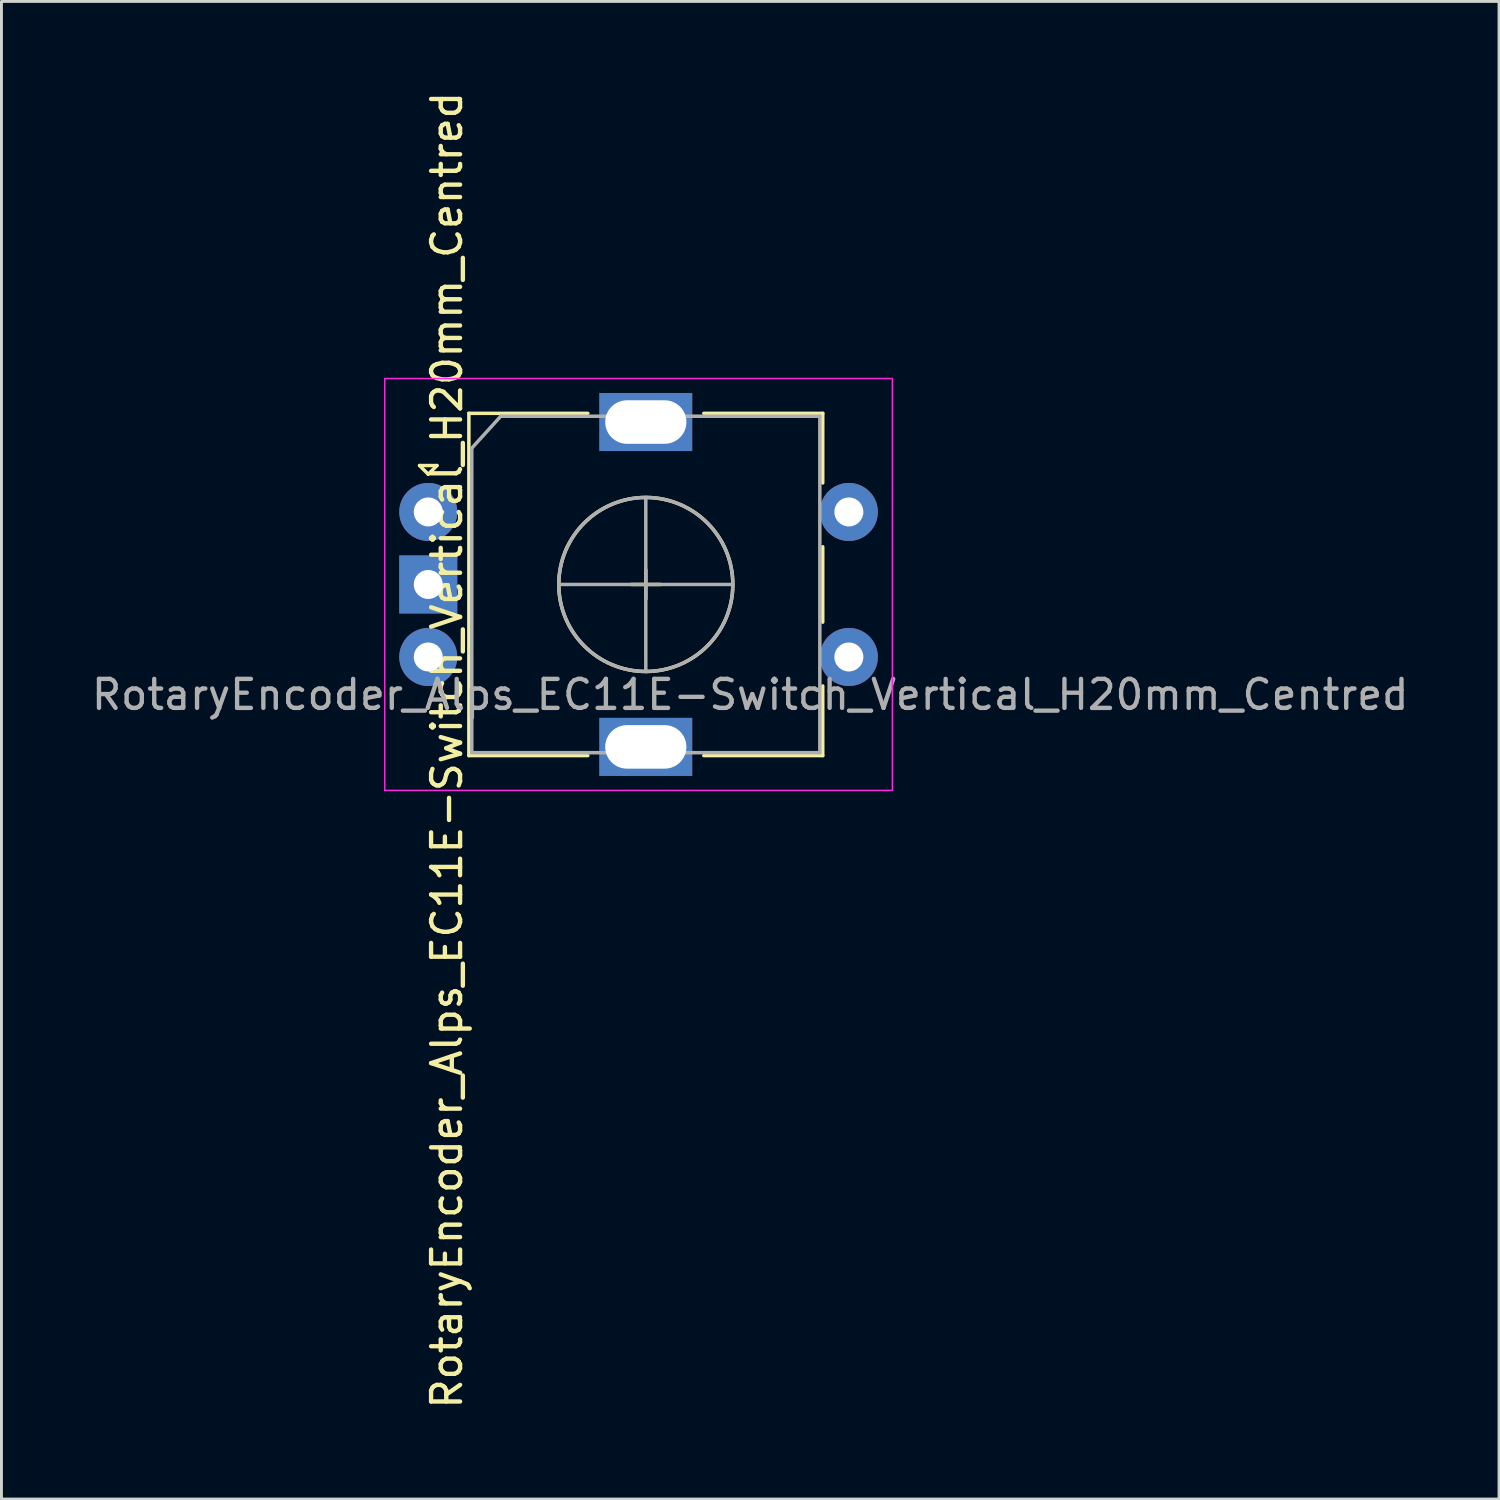
<source format=kicad_pcb>
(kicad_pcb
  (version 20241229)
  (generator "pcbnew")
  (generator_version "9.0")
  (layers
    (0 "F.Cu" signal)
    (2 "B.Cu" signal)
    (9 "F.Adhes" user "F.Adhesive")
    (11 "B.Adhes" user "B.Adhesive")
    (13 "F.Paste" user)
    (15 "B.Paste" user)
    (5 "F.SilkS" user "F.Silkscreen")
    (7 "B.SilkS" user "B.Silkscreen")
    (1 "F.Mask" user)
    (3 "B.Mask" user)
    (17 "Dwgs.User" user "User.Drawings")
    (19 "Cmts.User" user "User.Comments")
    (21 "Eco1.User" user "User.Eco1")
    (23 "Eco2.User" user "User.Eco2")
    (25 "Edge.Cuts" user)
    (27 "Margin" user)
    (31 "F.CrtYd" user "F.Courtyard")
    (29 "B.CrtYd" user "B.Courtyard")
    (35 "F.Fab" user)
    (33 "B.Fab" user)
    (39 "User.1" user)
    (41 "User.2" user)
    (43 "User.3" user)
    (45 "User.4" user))
  (footprint "RotaryEncoder_Alps_EC11E-Switch_Vertical_H20mm_Centred"
    (layer "F.Cu")
    (at 19.215 17.1)
    (property "Reference" "RotaryEncoder_Alps_EC11E-Switch_Vertical_H20mm_Centred" (at -6.858 5.715 90) (layer "F.SilkS") (effects (font (size 1 1) (thickness 0.15))))
    (attr through_hole)
    (fp_line (start -7.8 -4.1) (end -7.2 -4.1) (stroke (width 0.12) (type solid)) (layer "F.SilkS"))
    (fp_line (start -7.5 -3.8) (end -7.8 -4.1) (stroke (width 0.12) (type solid)) (layer "F.SilkS"))
    (fp_line (start -7.2 -4.1) (end -7.5 -3.8) (stroke (width 0.12) (type solid)) (layer "F.SilkS"))
    (fp_line (start -6.1 -5.9) (end -6.1 5.9) (stroke (width 0.12) (type solid)) (layer "F.SilkS"))
    (fp_line (start -2 -5.9) (end -6.1 -5.9) (stroke (width 0.12) (type solid)) (layer "F.SilkS"))
    (fp_line (start -2 5.9) (end -6.1 5.9) (stroke (width 0.12) (type solid)) (layer "F.SilkS"))
    (fp_line (start -0.5 0) (end 0.5 0) (stroke (width 0.12) (type solid)) (layer "F.SilkS"))
    (fp_line (start 0 -0.5) (end 0 0.5) (stroke (width 0.12) (type solid)) (layer "F.SilkS"))
    (fp_line (start 2 -5.9) (end 6.1 -5.9) (stroke (width 0.12) (type solid)) (layer "F.SilkS"))
    (fp_line (start 6.1 -5.9) (end 6.1 -3.5) (stroke (width 0.12) (type solid)) (layer "F.SilkS"))
    (fp_line (start 6.1 -1.3) (end 6.1 1.3) (stroke (width 0.12) (type solid)) (layer "F.SilkS"))
    (fp_line (start 6.1 3.5) (end 6.1 5.9) (stroke (width 0.12) (type solid)) (layer "F.SilkS"))
    (fp_line (start 6.1 5.9) (end 2 5.9) (stroke (width 0.12) (type solid)) (layer "F.SilkS"))
    (fp_circle (center 0 0) (end 3 0) (stroke (width 0.12) (type solid)) (fill no) (layer "F.SilkS"))
    (fp_line (start -9 -7.1) (end -9 7.1) (stroke (width 0.05) (type solid)) (layer "F.CrtYd"))
    (fp_line (start -9 -7.1) (end 8.5 -7.1) (stroke (width 0.05) (type solid)) (layer "F.CrtYd"))
    (fp_line (start 8.5 7.1) (end -9 7.1) (stroke (width 0.05) (type solid)) (layer "F.CrtYd"))
    (fp_line (start 8.5 7.1) (end 8.5 -7.1) (stroke (width 0.05) (type solid)) (layer "F.CrtYd"))
    (fp_line (start -6 -4.7) (end -5 -5.8) (stroke (width 0.12) (type solid)) (layer "F.Fab"))
    (fp_line (start -6 5.8) (end -6 -4.7) (stroke (width 0.12) (type solid)) (layer "F.Fab"))
    (fp_line (start -5 -5.8) (end 6 -5.8) (stroke (width 0.12) (type solid)) (layer "F.Fab"))
    (fp_line (start -3 0) (end 3 0) (stroke (width 0.12) (type solid)) (layer "F.Fab"))
    (fp_line (start 0 -3) (end 0 3) (stroke (width 0.12) (type solid)) (layer "F.Fab"))
    (fp_line (start 6 -5.8) (end 6 5.8) (stroke (width 0.12) (type solid)) (layer "F.Fab"))
    (fp_line (start 6 5.8) (end -6 5.8) (stroke (width 0.12) (type solid)) (layer "F.Fab"))
    (fp_circle (center 0 0) (end 3 0) (stroke (width 0.12) (type solid)) (fill no) (layer "F.Fab"))
    (fp_text user "${REFERENCE}" (at 3.6 3.8 0) (layer "F.Fab") (effects (font (size 1 1) (thickness 0.15))))
    (pad "A" thru_hole circle (at -7.5 -2.5) (size 2 2) (drill 1) (layers "*.Cu" "*.Mask"))
    (pad "B" thru_hole circle (at -7.5 2.5) (size 2 2) (drill 1) (layers "*.Cu" "*.Mask"))
    (pad "C" thru_hole rect (at -7.5 0) (size 2 2) (drill 1) (layers "*.Cu" "*.Mask"))
    (pad "MP" thru_hole rect (at 0 -5.6) (size 3.2 2) (drill oval 2.8 1.5) (layers "*.Cu" "*.Mask"))
    (pad "MP" thru_hole rect (at 0 5.6) (size 3.2 2) (drill oval 2.8 1.5) (layers "*.Cu" "*.Mask"))
    (pad "S1" thru_hole circle (at 7 2.5) (size 2 2) (drill 1) (layers "*.Cu" "*.Mask"))
    (pad "S2" thru_hole circle (at 7 -2.5) (size 2 2) (drill 1) (layers "*.Cu" "*.Mask")))
  (gr_rect
    (start -3 -3)
    (end 48.631 48.631)
    (stroke (width 0.1) (type default))
    (fill no)
    (layer "Edge.Cuts")))
</source>
